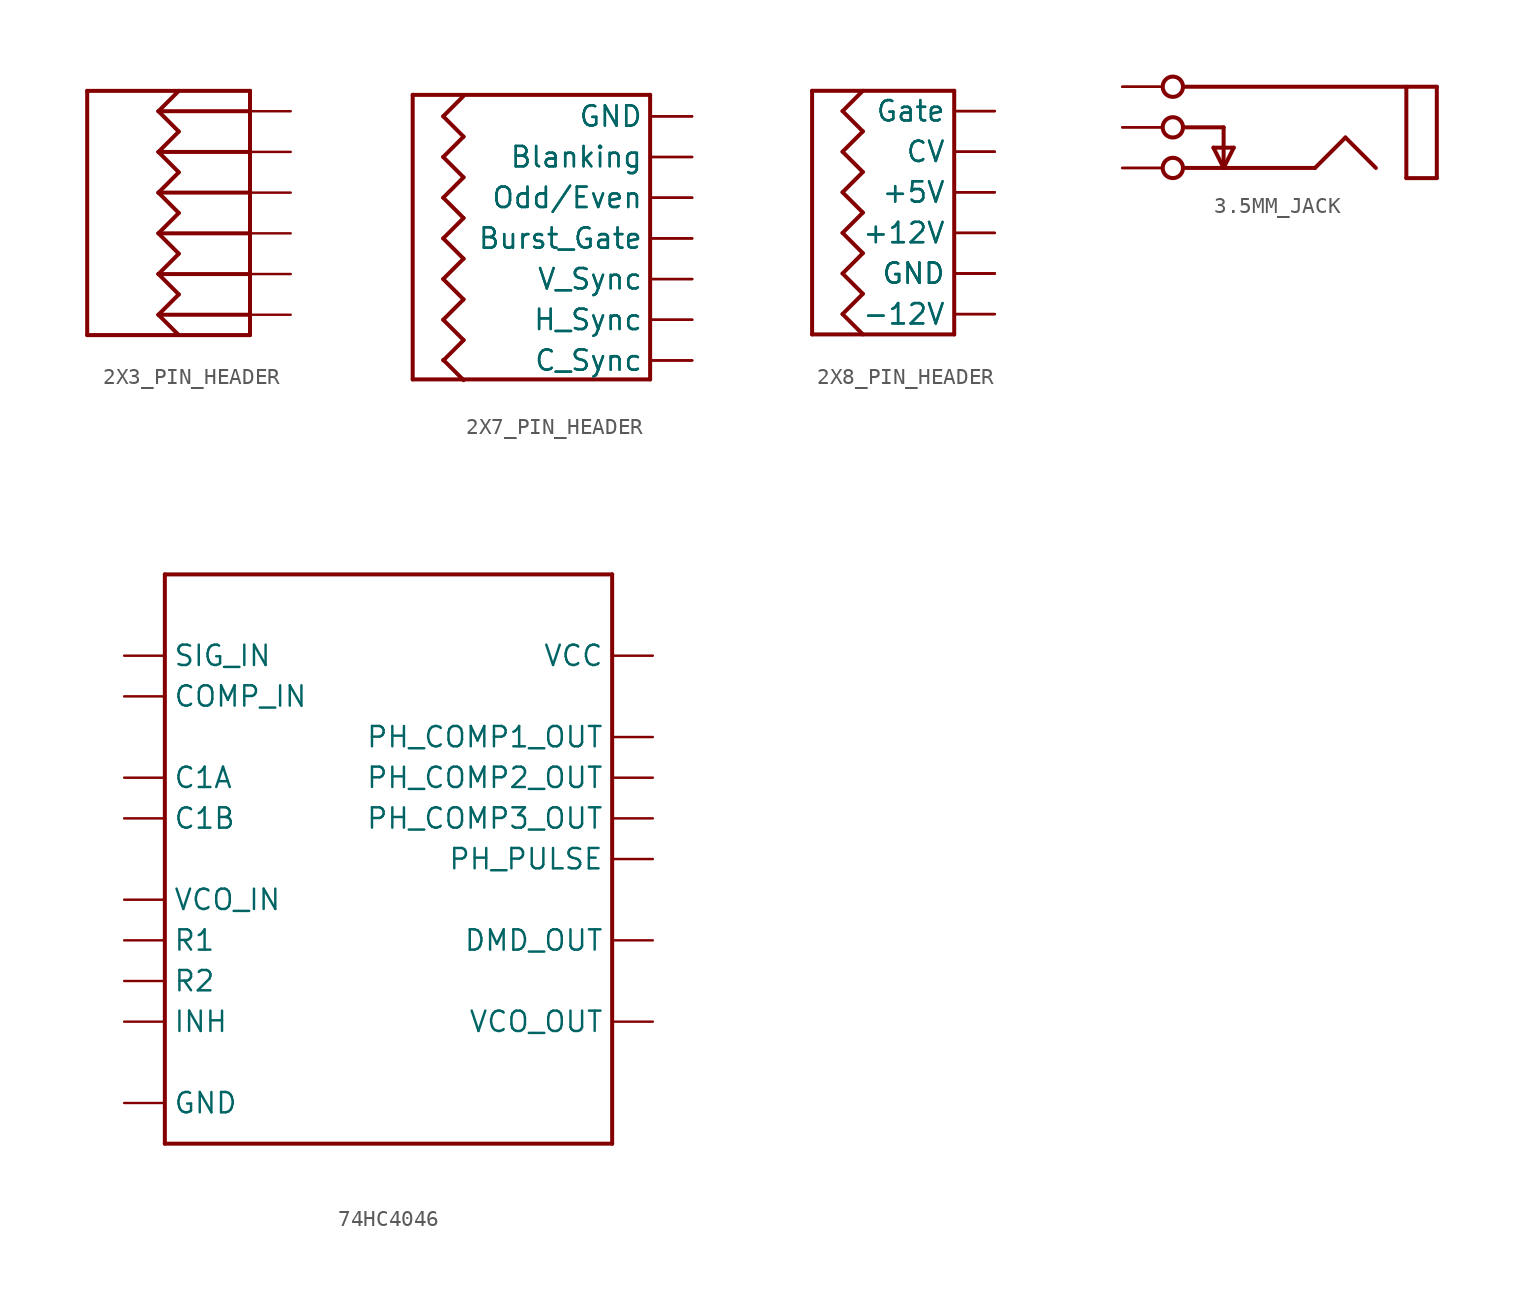
<source format=kicad_sym>
(kicad_symbol_lib
  (version 20231120)
  (generator "kicad_symbol_editor")
  (generator_version "8.0")
  (symbol "2X3_PIN_HEADER"
    (property "Reference" "J"
      (at 0 0 0)
      (effects (font (size 1.27 1.27)) (hide yes)))
    (property "ki_locked" ""
      (at 0 0 0)
      (effects (font (size 1.27 1.27))))
    (symbol "2X3_PIN_HEADER_1_0"
      (polyline (pts (xy -5.08 -7.62) (xy -5.08 7.62)) (stroke (width 0.25) (type solid)) (fill (type none)))
      (polyline (pts (xy -5.08 7.62) (xy 5.08 7.62)) (stroke (width 0.25) (type solid)) (fill (type none)))
      (polyline (pts (xy -0.635 -6.35) (xy 0.635 -7.62)) (stroke (width 0.25) (type solid)) (fill (type none)))
      (polyline (pts (xy -0.635 -6.35) (xy 0.635 -5.08)) (stroke (width 0.25) (type solid)) (fill (type none)))
      (polyline (pts (xy -0.635 -6.35) (xy 5.08 -6.35)) (stroke (width 0.25) (type solid)) (fill (type none)))
      (polyline (pts (xy -0.635 -3.81) (xy 0.635 -5.08)) (stroke (width 0.25) (type solid)) (fill (type none)))
      (polyline (pts (xy -0.635 -3.81) (xy 0.635 -2.54)) (stroke (width 0.25) (type solid)) (fill (type none)))
      (polyline (pts (xy -0.635 -3.81) (xy 5.08 -3.81)) (stroke (width 0.25) (type solid)) (fill (type none)))
      (polyline (pts (xy -0.635 -1.27) (xy 0.635 -2.54)) (stroke (width 0.25) (type solid)) (fill (type none)))
      (polyline (pts (xy -0.635 -1.27) (xy 0.635 0)) (stroke (width 0.25) (type solid)) (fill (type none)))
      (polyline (pts (xy -0.635 -1.27) (xy 5.08 -1.27)) (stroke (width 0.25) (type solid)) (fill (type none)))
      (polyline (pts (xy -0.635 1.27) (xy 0.635 0)) (stroke (width 0.25) (type solid)) (fill (type none)))
      (polyline (pts (xy -0.635 1.27) (xy 0.635 2.54)) (stroke (width 0.25) (type solid)) (fill (type none)))
      (polyline (pts (xy -0.635 1.27) (xy 5.08 1.27)) (stroke (width 0.25) (type solid)) (fill (type none)))
      (polyline (pts (xy -0.635 3.81) (xy 0.635 2.54)) (stroke (width 0.25) (type solid)) (fill (type none)))
      (polyline (pts (xy -0.635 3.81) (xy 0.635 5.08)) (stroke (width 0.25) (type solid)) (fill (type none)))
      (polyline (pts (xy -0.635 3.81) (xy 5.08 3.81)) (stroke (width 0.25) (type solid)) (fill (type none)))
      (polyline (pts (xy -0.635 6.35) (xy 0.635 5.08)) (stroke (width 0.25) (type solid)) (fill (type none)))
      (polyline (pts (xy -0.635 6.35) (xy 0.635 7.62)) (stroke (width 0.25) (type solid)) (fill (type none)))
      (polyline (pts (xy -0.635 6.35) (xy 5.08 6.35)) (stroke (width 0.25) (type solid)) (fill (type none)))
      (polyline (pts (xy 5.08 -7.62) (xy -5.08 -7.62)) (stroke (width 0.25) (type solid)) (fill (type none)))
      (polyline (pts (xy 5.08 7.62) (xy 5.08 -7.62)) (stroke (width 0.25) (type solid)) (fill (type none)))
      (pin passive line (at 7.62 6.35 180) (length 2.54) (name "P1" (effects (font (size 0 0)))) (number "1" (effects (font (size 0 0)))))
      (pin passive line (at 7.62 3.81 180) (length 2.54) (name "P2" (effects (font (size 0 0)))) (number "2" (effects (font (size 0 0)))))
      (pin passive line (at 7.62 1.27 180) (length 2.54) (name "P3" (effects (font (size 0 0)))) (number "3" (effects (font (size 0 0)))))
      (pin passive line (at 7.62 -1.27 180) (length 2.54) (name "P4" (effects (font (size 0 0)))) (number "4" (effects (font (size 0 0)))))
      (pin passive line (at 7.62 -3.81 180) (length 2.54) (name "P5" (effects (font (size 0 0)))) (number "5" (effects (font (size 0 0)))))
      (pin passive line (at 7.62 -6.35 180) (length 2.54) (name "P6" (effects (font (size 0 0)))) (number "6" (effects (font (size 0 0)))))))
  (symbol "2X7_PIN_HEADER"
    (property "Reference" "J"
      (at 0 0 0)
      (effects (font (size 1.27 1.27)) (hide yes)))
    (property "ki_locked" ""
      (at 0 0 0)
      (effects (font (size 1.27 1.27))))
    (symbol "2X7_PIN_HEADER_1_0"
      (polyline (pts (xy -4.445 -10.074) (xy -4.445 7.69)) (stroke (width 0.25) (type solid)) (fill (type none)))
      (polyline (pts (xy -4.445 7.69) (xy 10.378 7.69)) (stroke (width 0.25) (type solid)) (fill (type none)))
      (polyline (pts (xy -2.54 -6.35) (xy -1.27 -7.62)) (stroke (width 0.25) (type solid)) (fill (type none)))
      (polyline (pts (xy -2.54 -6.35) (xy -1.27 -5.08)) (stroke (width 0.25) (type solid)) (fill (type none)))
      (polyline (pts (xy -2.54 -3.81) (xy -1.27 -5.08)) (stroke (width 0.25) (type solid)) (fill (type none)))
      (polyline (pts (xy -2.54 -3.81) (xy -1.27 -2.54)) (stroke (width 0.25) (type solid)) (fill (type none)))
      (polyline (pts (xy -2.54 -1.27) (xy -1.27 -2.54)) (stroke (width 0.25) (type solid)) (fill (type none)))
      (polyline (pts (xy -2.54 -1.27) (xy -1.27 0)) (stroke (width 0.25) (type solid)) (fill (type none)))
      (polyline (pts (xy -2.54 1.27) (xy -1.27 0)) (stroke (width 0.25) (type solid)) (fill (type none)))
      (polyline (pts (xy -2.54 1.27) (xy -1.27 2.54)) (stroke (width 0.25) (type solid)) (fill (type none)))
      (polyline (pts (xy -2.54 3.81) (xy -1.27 2.54)) (stroke (width 0.25) (type solid)) (fill (type none)))
      (polyline (pts (xy -2.54 3.81) (xy -1.27 5.08)) (stroke (width 0.25) (type solid)) (fill (type none)))
      (polyline (pts (xy -2.54 6.35) (xy -1.27 5.08)) (stroke (width 0.25) (type solid)) (fill (type none)))
      (polyline (pts (xy -2.54 6.35) (xy -1.27 7.62)) (stroke (width 0.25) (type solid)) (fill (type none)))
      (polyline (pts (xy -2.537 -8.853) (xy -1.267 -10.123)) (stroke (width 0.25) (type solid)) (fill (type none)))
      (polyline (pts (xy -2.534 -8.892) (xy -1.264 -7.622)) (stroke (width 0.25) (type solid)) (fill (type none)))
      (polyline (pts (xy 10.378 -10.074) (xy -4.445 -10.074)) (stroke (width 0.25) (type solid)) (fill (type none)))
      (polyline (pts (xy 10.378 7.69) (xy 10.378 -10.074)) (stroke (width 0.25) (type solid)) (fill (type none)))
      (pin passive line (at 13 6.35 180) (length 2.54) (name "GND" (effects (font (size 1.27 1.27)))) (number "1" (effects (font (size 0 0)))))
      (pin passive line (at 13.005 -3.81 180) (length 2.54) (name "V_Sync" (effects (font (size 1.27 1.27)))) (number "10" (effects (font (size 0 0)))))
      (pin passive line (at 13.005 -6.35 180) (length 2.54) (name "H_Sync" (effects (font (size 1.27 1.27)))) (number "11" (effects (font (size 0 0)))))
      (pin passive line (at 13.005 -6.35 180) (length 2.54) (name "H_Sync" (effects (font (size 1.27 1.27)))) (number "12" (effects (font (size 0 0)))))
      (pin passive line (at 13.005 -8.89 180) (length 2.54) (name "C_Sync" (effects (font (size 1.27 1.27)))) (number "13" (effects (font (size 0 0)))))
      (pin passive line (at 13.005 -8.89 180) (length 2.54) (name "C_Sync" (effects (font (size 1.27 1.27)))) (number "14" (effects (font (size 0 0)))))
      (pin passive line (at 13 6.35 180) (length 2.54) (name "GND" (effects (font (size 1.27 1.27)))) (number "2" (effects (font (size 0 0)))))
      (pin passive line (at 13 3.81 180) (length 2.54) (name "Blanking" (effects (font (size 1.27 1.27)))) (number "3" (effects (font (size 0 0)))))
      (pin passive line (at 13 3.81 180) (length 2.54) (name "Blanking" (effects (font (size 1.27 1.27)))) (number "4" (effects (font (size 0 0)))))
      (pin passive line (at 13.005 1.27 180) (length 2.54) (name "Odd/Even" (effects (font (size 1.27 1.27)))) (number "5" (effects (font (size 0 0)))))
      (pin passive line (at 13.005 1.27 180) (length 2.54) (name "Odd/Even" (effects (font (size 1.27 1.27)))) (number "6" (effects (font (size 0 0)))))
      (pin passive line (at 13.005 -1.27 180) (length 2.54) (name "Burst_Gate" (effects (font (size 1.27 1.27)))) (number "7" (effects (font (size 0 0)))))
      (pin passive line (at 13.005 -1.27 180) (length 2.54) (name "Burst_Gate" (effects (font (size 1.27 1.27)))) (number "8" (effects (font (size 0 0)))))
      (pin passive line (at 13.005 -3.81 180) (length 2.54) (name "V_Sync" (effects (font (size 1.27 1.27)))) (number "9" (effects (font (size 0 0)))))))
  (symbol "2X8_PIN_HEADER"
    (property "Reference" "J"
      (at 0 0 0)
      (effects (font (size 1.27 1.27)) (hide yes)))
    (property "ki_locked" ""
      (at 0 0 0)
      (effects (font (size 1.27 1.27))))
    (symbol "2X8_PIN_HEADER_1_0"
      (polyline (pts (xy -4.445 -7.62) (xy -4.445 7.62)) (stroke (width 0.25) (type solid)) (fill (type none)))
      (polyline (pts (xy -4.445 7.62) (xy 4.445 7.62)) (stroke (width 0.25) (type solid)) (fill (type none)))
      (polyline (pts (xy -2.54 -6.35) (xy -1.27 -7.62)) (stroke (width 0.25) (type solid)) (fill (type none)))
      (polyline (pts (xy -2.54 -6.35) (xy -1.27 -5.08)) (stroke (width 0.25) (type solid)) (fill (type none)))
      (polyline (pts (xy -2.54 -3.81) (xy -1.27 -5.08)) (stroke (width 0.25) (type solid)) (fill (type none)))
      (polyline (pts (xy -2.54 -3.81) (xy -1.27 -2.54)) (stroke (width 0.25) (type solid)) (fill (type none)))
      (polyline (pts (xy -2.54 -1.27) (xy -1.27 -2.54)) (stroke (width 0.25) (type solid)) (fill (type none)))
      (polyline (pts (xy -2.54 -1.27) (xy -1.27 0)) (stroke (width 0.25) (type solid)) (fill (type none)))
      (polyline (pts (xy -2.54 1.27) (xy -1.27 0)) (stroke (width 0.25) (type solid)) (fill (type none)))
      (polyline (pts (xy -2.54 1.27) (xy -1.27 2.54)) (stroke (width 0.25) (type solid)) (fill (type none)))
      (polyline (pts (xy -2.54 3.81) (xy -1.27 2.54)) (stroke (width 0.25) (type solid)) (fill (type none)))
      (polyline (pts (xy -2.54 3.81) (xy -1.27 5.08)) (stroke (width 0.25) (type solid)) (fill (type none)))
      (polyline (pts (xy -2.54 6.35) (xy -1.27 5.08)) (stroke (width 0.25) (type solid)) (fill (type none)))
      (polyline (pts (xy -2.54 6.35) (xy -1.27 7.62)) (stroke (width 0.25) (type solid)) (fill (type none)))
      (polyline (pts (xy 4.445 -7.62) (xy -4.445 -7.62)) (stroke (width 0.25) (type solid)) (fill (type none)))
      (polyline (pts (xy 4.445 7.62) (xy 4.445 -7.62)) (stroke (width 0.25) (type solid)) (fill (type none)))
      (pin passive line (at 6.985 -6.35 180) (length 2.54) (name "-12V" (effects (font (size 1.27 1.27)))) (number "1" (effects (font (size 0 0)))))
      (pin passive line (at 6.985 -1.27 180) (length 2.54) (name "+12V" (effects (font (size 1.27 1.27)))) (number "10" (effects (font (size 0 0)))))
      (pin passive line (at 6.985 1.27 180) (length 2.54) (name "+5V" (effects (font (size 1.27 1.27)))) (number "11" (effects (font (size 0 0)))))
      (pin passive line (at 6.985 1.27 180) (length 2.54) (name "+5V" (effects (font (size 1.27 1.27)))) (number "12" (effects (font (size 0 0)))))
      (pin passive line (at 6.985 3.81 180) (length 2.54) (name "CV" (effects (font (size 1.27 1.27)))) (number "13" (effects (font (size 0 0)))))
      (pin passive line (at 6.985 3.81 180) (length 2.54) (name "CV" (effects (font (size 1.27 1.27)))) (number "14" (effects (font (size 0 0)))))
      (pin passive line (at 6.985 6.35 180) (length 2.54) (name "Gate" (effects (font (size 1.27 1.27)))) (number "15" (effects (font (size 0 0)))))
      (pin passive line (at 6.985 6.35 180) (length 2.54) (name "Gate" (effects (font (size 1.27 1.27)))) (number "16" (effects (font (size 0 0)))))
      (pin passive line (at 6.985 -6.35 180) (length 2.54) (name "-12V" (effects (font (size 1.27 1.27)))) (number "2" (effects (font (size 0 0)))))
      (pin passive line (at 6.985 -3.81 180) (length 2.54) (name "GND" (effects (font (size 1.27 1.27)))) (number "3" (effects (font (size 0 0)))))
      (pin passive line (at 6.985 -3.81 180) (length 2.54) (name "GND" (effects (font (size 1.27 1.27)))) (number "4" (effects (font (size 0 0)))))
      (pin passive line (at 6.985 -3.81 180) (length 2.54) (name "GND" (effects (font (size 1.27 1.27)))) (number "5" (effects (font (size 0 0)))))
      (pin passive line (at 6.985 -1.27 180) (length 2.54) (name "+12V" (effects (font (size 1.27 1.27)))) (number "9" (effects (font (size 0 0)))))))
  (symbol "3.5MM_JACK"
    (property "Reference" "J"
      (at 0 0 0)
      (effects (font (size 1.27 1.27)) (hide yes)))
    (property "ki_locked" ""
      (at 0 0 0)
      (effects (font (size 1.27 1.27))))
    (symbol "3.5MM_JACK_1_0"
      (circle (center -7.938 -2.54) (radius 0.635) (stroke (width 0.254) (type solid)) (fill (type none)))
      (circle (center -7.938 0) (radius 0.635) (stroke (width 0.254) (type solid)) (fill (type none)))
      (circle (center -7.938 2.54) (radius 0.635) (stroke (width 0.254) (type solid)) (fill (type none)))
      (polyline (pts (xy -5.397 -1.27) (xy -4.128 -1.27)) (stroke (width 0.25) (type solid)) (fill (type none)))
      (polyline (pts (xy -4.762 -2.54) (xy -5.397 -1.27)) (stroke (width 0.25) (type solid)) (fill (type none)))
      (polyline (pts (xy -4.762 -2.54) (xy -4.762 0)) (stroke (width 0.25) (type solid)) (fill (type none)))
      (polyline (pts (xy -4.762 0) (xy -7.302 0)) (stroke (width 0.25) (type solid)) (fill (type none)))
      (polyline (pts (xy -4.128 -1.27) (xy -4.762 -2.54)) (stroke (width 0.25) (type solid)) (fill (type none)))
      (polyline (pts (xy 0.953 -2.54) (xy -7.302 -2.54)) (stroke (width 0.25) (type solid)) (fill (type none)))
      (polyline (pts (xy 2.858 -0.635) (xy 0.953 -2.54)) (stroke (width 0.25) (type solid)) (fill (type none)))
      (polyline (pts (xy 4.763 -2.54) (xy 2.858 -0.635)) (stroke (width 0.25) (type solid)) (fill (type none)))
      (polyline (pts (xy 6.667 -3.175) (xy 6.667 2.54)) (stroke (width 0.25) (type solid)) (fill (type none)))
      (polyline (pts (xy 8.573 -3.175) (xy 6.667 -3.175)) (stroke (width 0.25) (type solid)) (fill (type none)))
      (polyline (pts (xy 8.573 -3.175) (xy 8.573 2.54)) (stroke (width 0.25) (type solid)) (fill (type none)))
      (polyline (pts (xy 8.573 2.54) (xy -7.302 2.54)) (stroke (width 0.25) (type solid)) (fill (type none)))
      (pin passive line (at -11.1 2.54 0) (length 2.54) (name "Sleeve" (effects (font (size 0 0)))) (number "1A" (effects (font (size 0 0)))))
      (pin passive line (at -11.1 2.54 0) (length 2.54) (name "Sleeve" (effects (font (size 0 0)))) (number "1B" (effects (font (size 0 0)))))
      (pin passive line (at -11.1 0 0) (length 2.54) (name "Switch" (effects (font (size 0 0)))) (number "2A" (effects (font (size 0 0)))))
      (pin passive line (at -11.1 0 0) (length 2.54) (name "Switch" (effects (font (size 0 0)))) (number "2B" (effects (font (size 0 0)))))
      (pin passive line (at -11.1 -2.54 0) (length 2.54) (name "Tip" (effects (font (size 0 0)))) (number "3A" (effects (font (size 0 0)))))
      (pin passive line (at -11.1 -2.54 0) (length 2.54) (name "Tip" (effects (font (size 0 0)))) (number "3B" (effects (font (size 0 0)))))))
  (symbol "74HC4046"
    (property "Reference" "U"
      (at 0 0 0)
      (effects (font (size 1.27 1.27)) (hide yes)))
    (property "ki_locked" ""
      (at 0 0 0)
      (effects (font (size 1.27 1.27))))
    (symbol "74HC4046_1_0"
      (polyline (pts (xy -13.97 -17.78) (xy -13.97 17.78)) (stroke (width 0.25) (type solid)) (fill (type none)))
      (polyline (pts (xy -13.97 17.78) (xy 13.97 17.78)) (stroke (width 0.25) (type solid)) (fill (type none)))
      (polyline (pts (xy 13.97 -17.78) (xy -13.97 -17.78)) (stroke (width 0.25) (type solid)) (fill (type none)))
      (polyline (pts (xy 13.97 17.78) (xy 13.97 -17.78)) (stroke (width 0.25) (type solid)) (fill (type none)))
      (pin output line (at 16.51 0 180) (length 2.54) (name "PH_PULSE" (effects (font (size 1.27 1.27)))) (number "1" (effects (font (size 0 0)))))
      (pin output line (at 16.51 -5.08 180) (length 2.54) (name "DMD_OUT" (effects (font (size 1.27 1.27)))) (number "10" (effects (font (size 0 0)))))
      (pin input line (at -16.51 -5.08 0) (length 2.54) (name "R1" (effects (font (size 1.27 1.27)))) (number "11" (effects (font (size 0 0)))))
      (pin input line (at -16.51 -7.62 0) (length 2.54) (name "R2" (effects (font (size 1.27 1.27)))) (number "12" (effects (font (size 0 0)))))
      (pin output line (at 16.51 5.08 180) (length 2.54) (name "PH_COMP2_OUT" (effects (font (size 1.27 1.27)))) (number "13" (effects (font (size 0 0)))))
      (pin input line (at -16.51 12.7 0) (length 2.54) (name "SIG_IN" (effects (font (size 1.27 1.27)))) (number "14" (effects (font (size 0 0)))))
      (pin output line (at 16.51 2.54 180) (length 2.54) (name "PH_COMP3_OUT" (effects (font (size 1.27 1.27)))) (number "15" (effects (font (size 0 0)))))
      (pin power_in line (at 16.51 12.7 180) (length 2.54) (name "VCC" (effects (font (size 1.27 1.27)))) (number "16" (effects (font (size 0 0)))))
      (pin output line (at 16.51 7.62 180) (length 2.54) (name "PH_COMP1_OUT" (effects (font (size 1.27 1.27)))) (number "2" (effects (font (size 0 0)))))
      (pin input line (at -16.51 10.16 0) (length 2.54) (name "COMP_IN" (effects (font (size 1.27 1.27)))) (number "3" (effects (font (size 0 0)))))
      (pin output line (at 16.51 -10.16 180) (length 2.54) (name "VCO_OUT" (effects (font (size 1.27 1.27)))) (number "4" (effects (font (size 0 0)))))
      (pin input line (at -16.51 -10.16 0) (length 2.54) (name "INH" (effects (font (size 1.27 1.27)))) (number "5" (effects (font (size 0 0)))))
      (pin passive line (at -16.51 5.08 0) (length 2.54) (name "C1A" (effects (font (size 1.27 1.27)))) (number "6" (effects (font (size 0 0)))))
      (pin passive line (at -16.51 2.54 0) (length 2.54) (name "C1B" (effects (font (size 1.27 1.27)))) (number "7" (effects (font (size 0 0)))))
      (pin power_in line (at -16.51 -15.24 0) (length 2.54) (name "GND" (effects (font (size 1.27 1.27)))) (number "8" (effects (font (size 0 0)))))
      (pin input line (at -16.51 -2.54 0) (length 2.54) (name "VCO_IN" (effects (font (size 1.27 1.27)))) (number "9" (effects (font (size 0 0))))))))
</source>
